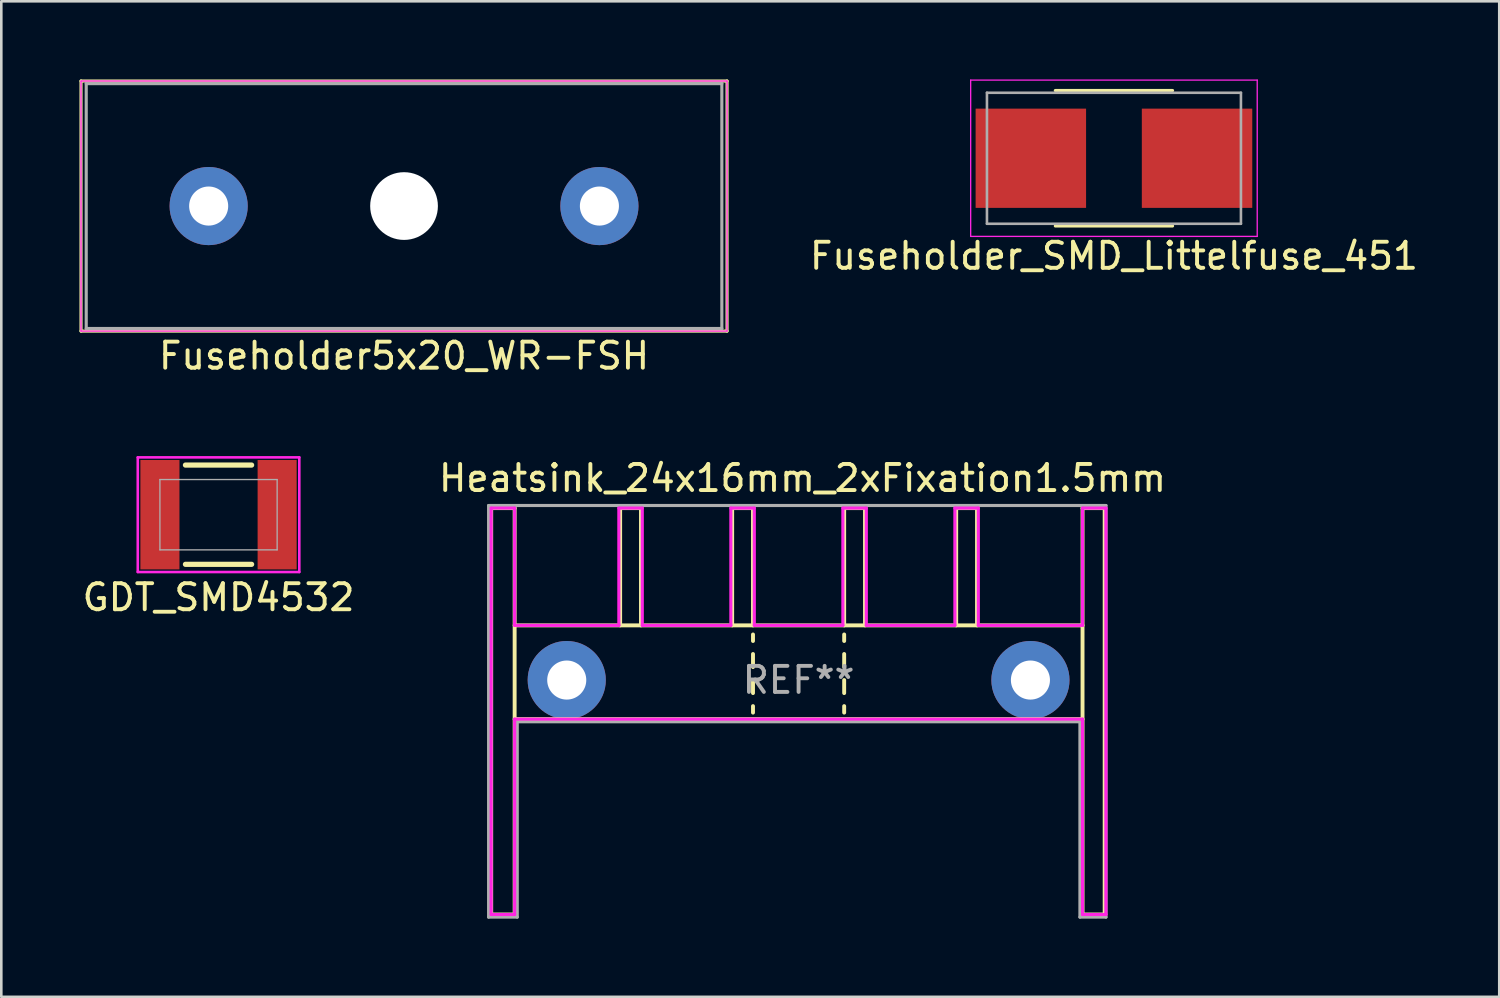
<source format=kicad_pcb>
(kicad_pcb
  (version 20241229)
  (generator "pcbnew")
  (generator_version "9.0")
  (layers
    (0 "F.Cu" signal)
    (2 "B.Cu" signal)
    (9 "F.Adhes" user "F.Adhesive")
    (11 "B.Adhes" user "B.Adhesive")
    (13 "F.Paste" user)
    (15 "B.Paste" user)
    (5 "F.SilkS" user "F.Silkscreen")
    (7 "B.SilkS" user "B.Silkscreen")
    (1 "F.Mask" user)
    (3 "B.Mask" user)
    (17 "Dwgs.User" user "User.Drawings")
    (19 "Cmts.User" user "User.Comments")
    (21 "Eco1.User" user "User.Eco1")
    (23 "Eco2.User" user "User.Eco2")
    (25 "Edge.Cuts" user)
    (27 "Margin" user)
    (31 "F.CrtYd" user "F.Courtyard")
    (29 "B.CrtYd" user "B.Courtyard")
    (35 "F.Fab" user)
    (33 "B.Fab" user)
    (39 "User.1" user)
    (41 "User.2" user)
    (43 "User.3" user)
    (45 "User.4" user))
  (footprint "Fuseholder_SMD_Littelfuse_451"
    (layer "F.Cu")
    (at 39.712 3.025)
    (property "Reference" "Fuseholder_SMD_Littelfuse_451" (at 0 3.75 0) (layer "F.SilkS") (effects (font (size 1 1) (thickness 0.15))))
    (attr through_hole)
    (fp_line (start -2.25 -2.6) (end 2.25 -2.6) (stroke (width 0.12) (type solid)) (layer "F.SilkS"))
    (fp_line (start -2.25 2.6) (end 2.25 2.6) (stroke (width 0.12) (type solid)) (layer "F.SilkS"))
    (fp_line (start -5.5 -3) (end 5.5 -3) (stroke (width 0.05) (type solid)) (layer "F.CrtYd"))
    (fp_line (start -5.5 3) (end -5.5 -3) (stroke (width 0.05) (type solid)) (layer "F.CrtYd"))
    (fp_line (start 5.5 -3) (end 5.5 3) (stroke (width 0.05) (type solid)) (layer "F.CrtYd"))
    (fp_line (start 5.5 3) (end -5.5 3) (stroke (width 0.05) (type solid)) (layer "F.CrtYd"))
    (fp_line (start -4.875 -2.515) (end -4.875 2.515) (stroke (width 0.1) (type solid)) (layer "F.Fab"))
    (fp_line (start -4.875 -2.515) (end 4.875 -2.515) (stroke (width 0.1) (type solid)) (layer "F.Fab"))
    (fp_line (start -4.875 2.515) (end 4.875 2.515) (stroke (width 0.1) (type solid)) (layer "F.Fab"))
    (fp_line (start 4.875 -2.515) (end 4.875 2.515) (stroke (width 0.1) (type solid)) (layer "F.Fab"))
    (pad "1" smd rect (at -3.19 0) (size 4.24 3.81) (layers "F.Cu" "F.Mask" "F.Paste"))
    (pad "2" smd rect (at 3.19 0) (size 4.24 3.81) (layers "F.Cu" "F.Mask" "F.Paste")))
  (footprint "GDT_SMD4532"
    (layer "F.Cu")
    (at 5.339 16.708)
    (property "Reference" "GDT_SMD4532" (at 0 3.175 0) (layer "F.SilkS") (effects (font (size 1 1) (thickness 0.15))))
    (attr through_hole)
    (fp_line (start -1.27 -1.905) (end 1.27 -1.905) (stroke (width 0.2) (type solid)) (layer "F.SilkS"))
    (fp_line (start -1.27 1.905) (end 1.27 1.905) (stroke (width 0.2) (type solid)) (layer "F.SilkS"))
    (fp_line (start -3.1 2.2) (end -3.1 -2.2) (stroke (width 0.1) (type solid)) (layer "F.CrtYd"))
    (fp_line (start 3.1 -2.2) (end -3.1 -2.2) (stroke (width 0.1) (type solid)) (layer "F.CrtYd"))
    (fp_line (start 3.1 -2.2) (end 3.1 2.2) (stroke (width 0.1) (type solid)) (layer "F.CrtYd"))
    (fp_line (start 3.1 2.2) (end -3.1 2.2) (stroke (width 0.1) (type solid)) (layer "F.CrtYd"))
    (fp_line (start -2.25 -1.35) (end -2.25 1.35) (stroke (width 0.05) (type solid)) (layer "F.Fab"))
    (fp_line (start -2.25 -1.35) (end 2.25 -1.35) (stroke (width 0.05) (type solid)) (layer "F.Fab"))
    (fp_line (start -2.25 1.35) (end 2.25 1.35) (stroke (width 0.05) (type solid)) (layer "F.Fab"))
    (fp_line (start 2.25 -1.35) (end 2.25 1.35) (stroke (width 0.05) (type solid)) (layer "F.Fab"))
    (pad "1" smd rect (at -2.25 0) (size 1.5 4.2) (layers "F.Cu" "F.Mask" "F.Paste"))
    (pad "2" smd rect (at 2.25 0) (size 1.5 4.2) (layers "F.Cu" "F.Mask" "F.Paste")))
  (footprint "Fuseholder5x20_WR-FSH"
    (layer "F.Cu")
    (at 12.46 4.86)
    (property "Reference" "Fuseholder5x20_WR-FSH" (at 0 5.75 0) (layer "F.SilkS") (effects (font (size 1 1) (thickness 0.15))))
    (attr through_hole)
    (fp_line (start -12.4 -4.8) (end 12.4 -4.8) (stroke (width 0.12) (type solid)) (layer "F.SilkS"))
    (fp_line (start -12.4 4.8) (end -12.4 -4.8) (stroke (width 0.12) (type solid)) (layer "F.SilkS"))
    (fp_line (start 12.4 -4.8) (end 12.4 4.8) (stroke (width 0.12) (type solid)) (layer "F.SilkS"))
    (fp_line (start 12.4 4.8) (end -12.4 4.8) (stroke (width 0.12) (type solid)) (layer "F.SilkS"))
    (fp_line (start -12.4 -4.8) (end -12.4 4.8) (stroke (width 0.05) (type solid)) (layer "F.CrtYd"))
    (fp_line (start -12.4 4.8) (end 12.4 4.8) (stroke (width 0.05) (type solid)) (layer "F.CrtYd"))
    (fp_line (start 12.4 -4.8) (end -12.4 -4.8) (stroke (width 0.05) (type solid)) (layer "F.CrtYd"))
    (fp_line (start 12.4 4.8) (end 12.4 -4.8) (stroke (width 0.05) (type solid)) (layer "F.CrtYd"))
    (fp_line (start -12.2 -4.7) (end 12.2 -4.7) (stroke (width 0.12) (type solid)) (layer "F.Fab"))
    (fp_line (start -12.2 4.7) (end -12.2 -4.7) (stroke (width 0.12) (type solid)) (layer "F.Fab"))
    (fp_line (start 12.2 -4.7) (end 12.2 4.7) (stroke (width 0.12) (type solid)) (layer "F.Fab"))
    (fp_line (start 12.2 4.7) (end -12.2 4.7) (stroke (width 0.12) (type solid)) (layer "F.Fab"))
    (pad "" np_thru_hole circle (at 0 0) (size 2.6 2.6) (drill 2.6) (layers "*.Cu" "*.Mask"))
    (pad "1" thru_hole circle (at 7.5 0) (size 3 3) (drill 1.5) (layers "*.Cu" "*.Mask"))
    (pad "2" thru_hole circle (at -7.5 0) (size 3 3) (drill 1.5) (layers "*.Cu" "*.Mask")))
  (footprint "Heatsink_24x16mm_2xFixation1.5mm"
    (layer "F.Cu")
    (at 27.606 23.056)
    (property "Reference" "Heatsink_24x16mm_2xFixation1.5mm" (at 0.15 -7.75 0) (layer "F.SilkS") (effects (font (size 1 1) (thickness 0.15))))
    (attr through_hole)
    (fp_line (start -11.8 -6.6) (end -11.8 9) (stroke (width 0.15) (type solid)) (layer "F.SilkS"))
    (fp_line (start -10.9 -6.6) (end -11.75 -6.6) (stroke (width 0.15) (type solid)) (layer "F.SilkS"))
    (fp_line (start -10.9 -6.6) (end -10.9 9) (stroke (width 0.15) (type solid)) (layer "F.SilkS"))
    (fp_line (start -10.9 -2.1) (end 10.9 -2.1) (stroke (width 0.15) (type solid)) (layer "F.SilkS"))
    (fp_line (start -10.9 1.5) (end 10.9 1.5) (stroke (width 0.15) (type solid)) (layer "F.SilkS"))
    (fp_line (start -10.9 9) (end -11.75 9) (stroke (width 0.15) (type solid)) (layer "F.SilkS"))
    (fp_line (start -6.85 -6.6) (end -6.85 -2.1) (stroke (width 0.15) (type solid)) (layer "F.SilkS"))
    (fp_line (start -6.05 -6.6) (end -6.85 -6.6) (stroke (width 0.15) (type solid)) (layer "F.SilkS"))
    (fp_line (start -6.05 -6.6) (end -6.05 -2.1) (stroke (width 0.15) (type solid)) (layer "F.SilkS"))
    (fp_line (start -2.55 -6.6) (end -2.55 -2.1) (stroke (width 0.15) (type solid)) (layer "F.SilkS"))
    (fp_line (start -1.75 -6.6) (end -2.55 -6.6) (stroke (width 0.15) (type solid)) (layer "F.SilkS"))
    (fp_line (start -1.75 -6.6) (end -1.75 -2.1) (stroke (width 0.15) (type solid)) (layer "F.SilkS"))
    (fp_line (start -1.75 -1.5) (end -1.75 -1.75) (stroke (width 0.15) (type solid)) (layer "F.SilkS"))
    (fp_line (start -1.75 -1) (end -1.75 -0.5) (stroke (width 0.15) (type solid)) (layer "F.SilkS"))
    (fp_line (start -1.75 0) (end -1.75 0.5) (stroke (width 0.15) (type solid)) (layer "F.SilkS"))
    (fp_line (start -1.75 1) (end -1.75 1.25) (stroke (width 0.15) (type solid)) (layer "F.SilkS"))
    (fp_line (start 1.75 -6.6) (end 1.75 -2.1) (stroke (width 0.15) (type solid)) (layer "F.SilkS"))
    (fp_line (start 1.75 -1.5) (end 1.75 -1.75) (stroke (width 0.15) (type solid)) (layer "F.SilkS"))
    (fp_line (start 1.75 -1) (end 1.75 -0.5) (stroke (width 0.15) (type solid)) (layer "F.SilkS"))
    (fp_line (start 1.75 0) (end 1.75 0.5) (stroke (width 0.15) (type solid)) (layer "F.SilkS"))
    (fp_line (start 1.75 1) (end 1.75 1.25) (stroke (width 0.15) (type solid)) (layer "F.SilkS"))
    (fp_line (start 2.55 -6.6) (end 1.75 -6.6) (stroke (width 0.15) (type solid)) (layer "F.SilkS"))
    (fp_line (start 2.55 -6.6) (end 2.55 -2.1) (stroke (width 0.15) (type solid)) (layer "F.SilkS"))
    (fp_line (start 6.05 -6.6) (end 6.05 -2.1) (stroke (width 0.15) (type solid)) (layer "F.SilkS"))
    (fp_line (start 6.85 -6.6) (end 6.05 -6.6) (stroke (width 0.15) (type solid)) (layer "F.SilkS"))
    (fp_line (start 6.85 -6.6) (end 6.85 -2.1) (stroke (width 0.15) (type solid)) (layer "F.SilkS"))
    (fp_line (start 10.9 -6.6) (end 10.9 9) (stroke (width 0.15) (type solid)) (layer "F.SilkS"))
    (fp_line (start 10.9 -6.6) (end 11.75 -6.6) (stroke (width 0.15) (type solid)) (layer "F.SilkS"))
    (fp_line (start 10.9 9) (end 11.75 9) (stroke (width 0.15) (type solid)) (layer "F.SilkS"))
    (fp_line (start 11.75 -6.6) (end 11.75 9) (stroke (width 0.15) (type solid)) (layer "F.SilkS"))
    (fp_line (start -11.8 -6.6) (end -11.8 9) (stroke (width 0.12) (type solid)) (layer "F.CrtYd"))
    (fp_line (start -11.8 9) (end -10.9 9) (stroke (width 0.12) (type solid)) (layer "F.CrtYd"))
    (fp_line (start -10.9 -6.6) (end -11.8 -6.6) (stroke (width 0.12) (type solid)) (layer "F.CrtYd"))
    (fp_line (start -10.9 -2.1) (end -10.9 -6.6) (stroke (width 0.12) (type solid)) (layer "F.CrtYd"))
    (fp_line (start -10.9 1.5) (end 10.9 1.5) (stroke (width 0.12) (type solid)) (layer "F.CrtYd"))
    (fp_line (start -10.9 9) (end -10.9 1.5) (stroke (width 0.12) (type solid)) (layer "F.CrtYd"))
    (fp_line (start -6.9 -6.6) (end -6.9 -2.1) (stroke (width 0.12) (type solid)) (layer "F.CrtYd"))
    (fp_line (start -6.9 -2.1) (end -10.9 -2.1) (stroke (width 0.12) (type solid)) (layer "F.CrtYd"))
    (fp_line (start -6 -6.6) (end -6.9 -6.6) (stroke (width 0.12) (type solid)) (layer "F.CrtYd"))
    (fp_line (start -6 -2.1) (end -6 -6.6) (stroke (width 0.12) (type solid)) (layer "F.CrtYd"))
    (fp_line (start -2.6 -6.6) (end -2.6 -2.1) (stroke (width 0.12) (type solid)) (layer "F.CrtYd"))
    (fp_line (start -2.6 -2.1) (end -6 -2.1) (stroke (width 0.12) (type solid)) (layer "F.CrtYd"))
    (fp_line (start -1.7 -6.6) (end -2.6 -6.6) (stroke (width 0.12) (type solid)) (layer "F.CrtYd"))
    (fp_line (start -1.7 -2.1) (end -1.7 -6.6) (stroke (width 0.12) (type solid)) (layer "F.CrtYd"))
    (fp_line (start 1.7 -6.6) (end 1.7 -2.1) (stroke (width 0.12) (type solid)) (layer "F.CrtYd"))
    (fp_line (start 1.7 -2.1) (end -1.7 -2.1) (stroke (width 0.12) (type solid)) (layer "F.CrtYd"))
    (fp_line (start 2.6 -6.6) (end 1.7 -6.6) (stroke (width 0.12) (type solid)) (layer "F.CrtYd"))
    (fp_line (start 2.6 -2.1) (end 2.6 -6.6) (stroke (width 0.12) (type solid)) (layer "F.CrtYd"))
    (fp_line (start 6 -6.6) (end 6 -2.1) (stroke (width 0.12) (type solid)) (layer "F.CrtYd"))
    (fp_line (start 6 -2.1) (end 2.6 -2.1) (stroke (width 0.12) (type solid)) (layer "F.CrtYd"))
    (fp_line (start 6.9 -6.6) (end 6 -6.6) (stroke (width 0.12) (type solid)) (layer "F.CrtYd"))
    (fp_line (start 6.9 -2.1) (end 6.9 -6.6) (stroke (width 0.12) (type solid)) (layer "F.CrtYd"))
    (fp_line (start 10.9 -6.6) (end 10.9 -2.1) (stroke (width 0.12) (type solid)) (layer "F.CrtYd"))
    (fp_line (start 10.9 -2.1) (end 6.9 -2.1) (stroke (width 0.12) (type solid)) (layer "F.CrtYd"))
    (fp_line (start 10.9 1.5) (end 10.9 9) (stroke (width 0.12) (type solid)) (layer "F.CrtYd"))
    (fp_line (start 10.9 9) (end 11.8 9) (stroke (width 0.12) (type solid)) (layer "F.CrtYd"))
    (fp_line (start 11.8 -6.6) (end 10.9 -6.6) (stroke (width 0.12) (type solid)) (layer "F.CrtYd"))
    (fp_line (start 11.8 9) (end 11.8 -6.6) (stroke (width 0.12) (type solid)) (layer "F.CrtYd"))
    (fp_line (start -11.9 -6.7) (end -11.9 9.1) (stroke (width 0.12) (type solid)) (layer "F.Fab"))
    (fp_line (start -11.9 9.1) (end -10.8 9.1) (stroke (width 0.12) (type solid)) (layer "F.Fab"))
    (fp_line (start -10.8 1.6) (end 10.8 1.6) (stroke (width 0.12) (type solid)) (layer "F.Fab"))
    (fp_line (start -10.8 9.1) (end -10.8 1.6) (stroke (width 0.12) (type solid)) (layer "F.Fab"))
    (fp_line (start 10.8 1.6) (end 10.8 9.1) (stroke (width 0.12) (type solid)) (layer "F.Fab"))
    (fp_line (start 10.8 9.1) (end 11.8 9.1) (stroke (width 0.12) (type solid)) (layer "F.Fab"))
    (fp_line (start 11.8 -6.7) (end -11.9 -6.7) (stroke (width 0.12) (type solid)) (layer "F.Fab"))
    (fp_line (start 11.8 9.1) (end 11.8 -6.7) (stroke (width 0.12) (type solid)) (layer "F.Fab"))
    (fp_text user "REF**" (at 0 0 0) (layer "F.Fab") (effects (font (size 1 1) (thickness 0.15))))
    (pad "1" thru_hole circle (at -8.9 0) (size 3 3) (drill 1.5) (layers "*.Cu" "*.Mask"))
    (pad "1" thru_hole circle (at 8.9 0) (size 3 3) (drill 1.5) (layers "*.Cu" "*.Mask")))
  (gr_rect
    (start -3 -3)
    (end 54.503 35.217)
    (stroke (width 0.1) (type default))
    (fill no)
    (layer "Edge.Cuts")))
</source>
